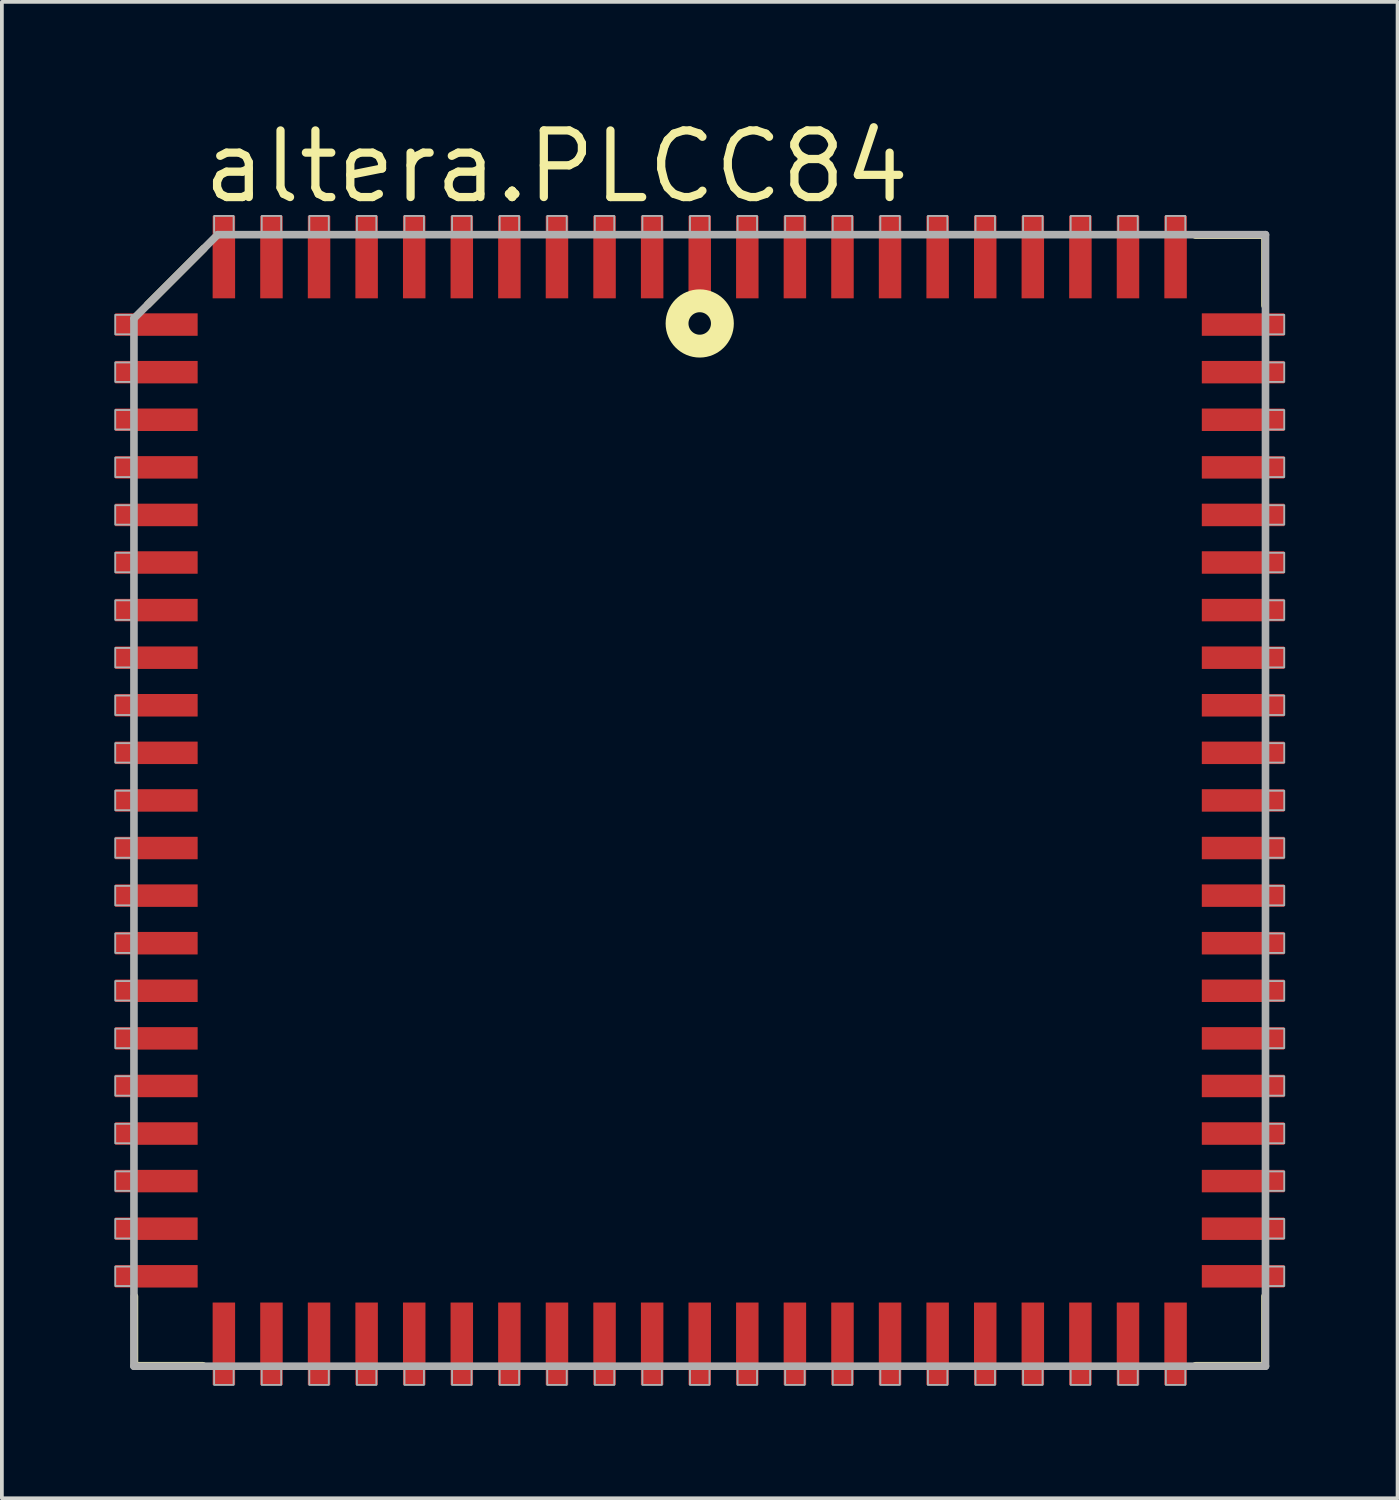
<source format=kicad_pcb>
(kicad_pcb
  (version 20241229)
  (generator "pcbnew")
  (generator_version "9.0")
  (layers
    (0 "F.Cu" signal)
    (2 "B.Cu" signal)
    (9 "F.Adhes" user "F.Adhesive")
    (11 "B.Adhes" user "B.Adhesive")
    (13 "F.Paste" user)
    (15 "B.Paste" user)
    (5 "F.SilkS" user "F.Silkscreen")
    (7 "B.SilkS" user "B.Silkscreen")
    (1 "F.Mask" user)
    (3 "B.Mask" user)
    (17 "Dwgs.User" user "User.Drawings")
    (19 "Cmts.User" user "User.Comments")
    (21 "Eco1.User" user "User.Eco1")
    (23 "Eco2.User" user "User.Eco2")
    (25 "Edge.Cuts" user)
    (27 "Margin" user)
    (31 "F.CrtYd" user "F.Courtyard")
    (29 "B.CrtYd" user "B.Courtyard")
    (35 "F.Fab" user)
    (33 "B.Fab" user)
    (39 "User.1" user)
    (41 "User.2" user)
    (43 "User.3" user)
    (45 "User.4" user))
  (footprint "altera.PLCC84"
    (layer "F.Cu")
    (at 15.625 18.313)
    (property "Reference" "altera.PLCC84" (at -13.365 -15.875 0) (layer "F.SilkS") (effects (font (size 1.778 1.778) (thickness 0.22)) (justify left bottom)))
    (attr smd)
    (fp_line (start -15.088 13.233) (end -15.088 15.088) (stroke (width 0.203) (type default)) (layer "F.SilkS"))
    (fp_line (start -15.088 15.088) (end -13.259 15.088) (stroke (width 0.203) (type default)) (layer "F.SilkS"))
    (fp_line (start -14.732 -13.233) (end -13.233 -14.732) (stroke (width 0.203) (type default)) (layer "F.SilkS"))
    (fp_line (start 15.088 -15.088) (end 13.233 -15.088) (stroke (width 0.203) (type default)) (layer "F.SilkS"))
    (fp_line (start 15.088 -13.208) (end 15.088 -15.088) (stroke (width 0.203) (type default)) (layer "F.SilkS"))
    (fp_line (start 15.088 13.233) (end 15.088 15.088) (stroke (width 0.203) (type default)) (layer "F.SilkS"))
    (fp_line (start 15.088 15.088) (end 13.233 15.088) (stroke (width 0.203) (type default)) (layer "F.SilkS"))
    (fp_circle (center 0 -12.73) (end 0.3 -12.73) (stroke (width 0.61) (type default)) (fill no) (layer "F.SilkS"))
    (fp_line (start -15.1 -12.865) (end -15.1 15.1) (stroke (width 0.203) (type default)) (layer "F.Fab"))
    (fp_line (start -15.1 15.1) (end 15.1 15.1) (stroke (width 0.203) (type default)) (layer "F.Fab"))
    (fp_line (start -12.865 -15.1) (end -15.1 -12.865) (stroke (width 0.203) (type default)) (layer "F.Fab"))
    (fp_line (start 15.1 -15.1) (end -12.865 -15.1) (stroke (width 0.203) (type default)) (layer "F.Fab"))
    (fp_line (start 15.1 15.1) (end 15.1 -15.1) (stroke (width 0.203) (type default)) (layer "F.Fab"))
    (fp_rect (start -15.6 -12.44) (end -15.15 -12.96) (stroke (width 0.05) (type default)) (fill no) (layer "F.Fab"))
    (fp_rect (start -15.6 -11.17) (end -15.15 -11.69) (stroke (width 0.05) (type default)) (fill no) (layer "F.Fab"))
    (fp_rect (start -15.6 -9.9) (end -15.15 -10.42) (stroke (width 0.05) (type default)) (fill no) (layer "F.Fab"))
    (fp_rect (start -15.6 -8.63) (end -15.15 -9.15) (stroke (width 0.05) (type default)) (fill no) (layer "F.Fab"))
    (fp_rect (start -15.6 -7.36) (end -15.15 -7.88) (stroke (width 0.05) (type default)) (fill no) (layer "F.Fab"))
    (fp_rect (start -15.6 -6.09) (end -15.15 -6.61) (stroke (width 0.05) (type default)) (fill no) (layer "F.Fab"))
    (fp_rect (start -15.6 -4.82) (end -15.15 -5.34) (stroke (width 0.05) (type default)) (fill no) (layer "F.Fab"))
    (fp_rect (start -15.6 -3.55) (end -15.15 -4.07) (stroke (width 0.05) (type default)) (fill no) (layer "F.Fab"))
    (fp_rect (start -15.6 -2.28) (end -15.15 -2.8) (stroke (width 0.05) (type default)) (fill no) (layer "F.Fab"))
    (fp_rect (start -15.6 -1.01) (end -15.15 -1.53) (stroke (width 0.05) (type default)) (fill no) (layer "F.Fab"))
    (fp_rect (start -15.6 0.26) (end -15.15 -0.26) (stroke (width 0.05) (type default)) (fill no) (layer "F.Fab"))
    (fp_rect (start -15.6 1.53) (end -15.15 1.01) (stroke (width 0.05) (type default)) (fill no) (layer "F.Fab"))
    (fp_rect (start -15.6 2.8) (end -15.15 2.28) (stroke (width 0.05) (type default)) (fill no) (layer "F.Fab"))
    (fp_rect (start -15.6 4.07) (end -15.15 3.55) (stroke (width 0.05) (type default)) (fill no) (layer "F.Fab"))
    (fp_rect (start -15.6 5.34) (end -15.15 4.82) (stroke (width 0.05) (type default)) (fill no) (layer "F.Fab"))
    (fp_rect (start -15.6 6.61) (end -15.15 6.09) (stroke (width 0.05) (type default)) (fill no) (layer "F.Fab"))
    (fp_rect (start -15.6 7.88) (end -15.15 7.36) (stroke (width 0.05) (type default)) (fill no) (layer "F.Fab"))
    (fp_rect (start -15.6 9.15) (end -15.15 8.63) (stroke (width 0.05) (type default)) (fill no) (layer "F.Fab"))
    (fp_rect (start -15.6 10.42) (end -15.15 9.9) (stroke (width 0.05) (type default)) (fill no) (layer "F.Fab"))
    (fp_rect (start -15.6 11.69) (end -15.15 11.17) (stroke (width 0.05) (type default)) (fill no) (layer "F.Fab"))
    (fp_rect (start -15.6 12.96) (end -15.15 12.44) (stroke (width 0.05) (type default)) (fill no) (layer "F.Fab"))
    (fp_rect (start -12.96 -15.15) (end -12.44 -15.6) (stroke (width 0.05) (type default)) (fill no) (layer "F.Fab"))
    (fp_rect (start -12.96 15.6) (end -12.44 15.15) (stroke (width 0.05) (type default)) (fill no) (layer "F.Fab"))
    (fp_rect (start -11.69 -15.15) (end -11.17 -15.6) (stroke (width 0.05) (type default)) (fill no) (layer "F.Fab"))
    (fp_rect (start -11.69 15.6) (end -11.17 15.15) (stroke (width 0.05) (type default)) (fill no) (layer "F.Fab"))
    (fp_rect (start -10.42 -15.15) (end -9.9 -15.6) (stroke (width 0.05) (type default)) (fill no) (layer "F.Fab"))
    (fp_rect (start -10.42 15.6) (end -9.9 15.15) (stroke (width 0.05) (type default)) (fill no) (layer "F.Fab"))
    (fp_rect (start -9.15 -15.15) (end -8.63 -15.6) (stroke (width 0.05) (type default)) (fill no) (layer "F.Fab"))
    (fp_rect (start -9.15 15.6) (end -8.63 15.15) (stroke (width 0.05) (type default)) (fill no) (layer "F.Fab"))
    (fp_rect (start -7.88 -15.15) (end -7.36 -15.6) (stroke (width 0.05) (type default)) (fill no) (layer "F.Fab"))
    (fp_rect (start -7.88 15.6) (end -7.36 15.15) (stroke (width 0.05) (type default)) (fill no) (layer "F.Fab"))
    (fp_rect (start -6.61 -15.15) (end -6.09 -15.6) (stroke (width 0.05) (type default)) (fill no) (layer "F.Fab"))
    (fp_rect (start -6.61 15.6) (end -6.09 15.15) (stroke (width 0.05) (type default)) (fill no) (layer "F.Fab"))
    (fp_rect (start -5.34 -15.15) (end -4.82 -15.6) (stroke (width 0.05) (type default)) (fill no) (layer "F.Fab"))
    (fp_rect (start -5.34 15.6) (end -4.82 15.15) (stroke (width 0.05) (type default)) (fill no) (layer "F.Fab"))
    (fp_rect (start -4.07 -15.15) (end -3.55 -15.6) (stroke (width 0.05) (type default)) (fill no) (layer "F.Fab"))
    (fp_rect (start -4.07 15.6) (end -3.55 15.15) (stroke (width 0.05) (type default)) (fill no) (layer "F.Fab"))
    (fp_rect (start -2.8 -15.15) (end -2.28 -15.6) (stroke (width 0.05) (type default)) (fill no) (layer "F.Fab"))
    (fp_rect (start -2.8 15.6) (end -2.28 15.15) (stroke (width 0.05) (type default)) (fill no) (layer "F.Fab"))
    (fp_rect (start -1.53 -15.15) (end -1.01 -15.6) (stroke (width 0.05) (type default)) (fill no) (layer "F.Fab"))
    (fp_rect (start -1.53 15.6) (end -1.01 15.15) (stroke (width 0.05) (type default)) (fill no) (layer "F.Fab"))
    (fp_rect (start -0.26 -15.15) (end 0.26 -15.6) (stroke (width 0.05) (type default)) (fill no) (layer "F.Fab"))
    (fp_rect (start -0.26 15.6) (end 0.26 15.15) (stroke (width 0.05) (type default)) (fill no) (layer "F.Fab"))
    (fp_rect (start 1.01 -15.15) (end 1.53 -15.6) (stroke (width 0.05) (type default)) (fill no) (layer "F.Fab"))
    (fp_rect (start 1.01 15.6) (end 1.53 15.15) (stroke (width 0.05) (type default)) (fill no) (layer "F.Fab"))
    (fp_rect (start 2.28 -15.15) (end 2.8 -15.6) (stroke (width 0.05) (type default)) (fill no) (layer "F.Fab"))
    (fp_rect (start 2.28 15.6) (end 2.8 15.15) (stroke (width 0.05) (type default)) (fill no) (layer "F.Fab"))
    (fp_rect (start 3.55 -15.15) (end 4.07 -15.6) (stroke (width 0.05) (type default)) (fill no) (layer "F.Fab"))
    (fp_rect (start 3.55 15.6) (end 4.07 15.15) (stroke (width 0.05) (type default)) (fill no) (layer "F.Fab"))
    (fp_rect (start 4.82 -15.15) (end 5.34 -15.6) (stroke (width 0.05) (type default)) (fill no) (layer "F.Fab"))
    (fp_rect (start 4.82 15.6) (end 5.34 15.15) (stroke (width 0.05) (type default)) (fill no) (layer "F.Fab"))
    (fp_rect (start 6.09 -15.15) (end 6.61 -15.6) (stroke (width 0.05) (type default)) (fill no) (layer "F.Fab"))
    (fp_rect (start 6.09 15.6) (end 6.61 15.15) (stroke (width 0.05) (type default)) (fill no) (layer "F.Fab"))
    (fp_rect (start 7.36 -15.15) (end 7.88 -15.6) (stroke (width 0.05) (type default)) (fill no) (layer "F.Fab"))
    (fp_rect (start 7.36 15.6) (end 7.88 15.15) (stroke (width 0.05) (type default)) (fill no) (layer "F.Fab"))
    (fp_rect (start 8.63 -15.15) (end 9.15 -15.6) (stroke (width 0.05) (type default)) (fill no) (layer "F.Fab"))
    (fp_rect (start 8.63 15.6) (end 9.15 15.15) (stroke (width 0.05) (type default)) (fill no) (layer "F.Fab"))
    (fp_rect (start 9.9 -15.15) (end 10.42 -15.6) (stroke (width 0.05) (type default)) (fill no) (layer "F.Fab"))
    (fp_rect (start 9.9 15.6) (end 10.42 15.15) (stroke (width 0.05) (type default)) (fill no) (layer "F.Fab"))
    (fp_rect (start 11.17 -15.15) (end 11.69 -15.6) (stroke (width 0.05) (type default)) (fill no) (layer "F.Fab"))
    (fp_rect (start 11.17 15.6) (end 11.69 15.15) (stroke (width 0.05) (type default)) (fill no) (layer "F.Fab"))
    (fp_rect (start 12.44 -15.15) (end 12.96 -15.6) (stroke (width 0.05) (type default)) (fill no) (layer "F.Fab"))
    (fp_rect (start 12.44 15.6) (end 12.96 15.15) (stroke (width 0.05) (type default)) (fill no) (layer "F.Fab"))
    (fp_rect (start 15.15 -12.44) (end 15.6 -12.96) (stroke (width 0.05) (type default)) (fill no) (layer "F.Fab"))
    (fp_rect (start 15.15 -11.17) (end 15.6 -11.69) (stroke (width 0.05) (type default)) (fill no) (layer "F.Fab"))
    (fp_rect (start 15.15 -9.9) (end 15.6 -10.42) (stroke (width 0.05) (type default)) (fill no) (layer "F.Fab"))
    (fp_rect (start 15.15 -8.63) (end 15.6 -9.15) (stroke (width 0.05) (type default)) (fill no) (layer "F.Fab"))
    (fp_rect (start 15.15 -7.36) (end 15.6 -7.88) (stroke (width 0.05) (type default)) (fill no) (layer "F.Fab"))
    (fp_rect (start 15.15 -6.09) (end 15.6 -6.61) (stroke (width 0.05) (type default)) (fill no) (layer "F.Fab"))
    (fp_rect (start 15.15 -4.82) (end 15.6 -5.34) (stroke (width 0.05) (type default)) (fill no) (layer "F.Fab"))
    (fp_rect (start 15.15 -3.55) (end 15.6 -4.07) (stroke (width 0.05) (type default)) (fill no) (layer "F.Fab"))
    (fp_rect (start 15.15 -2.28) (end 15.6 -2.8) (stroke (width 0.05) (type default)) (fill no) (layer "F.Fab"))
    (fp_rect (start 15.15 -1.01) (end 15.6 -1.53) (stroke (width 0.05) (type default)) (fill no) (layer "F.Fab"))
    (fp_rect (start 15.15 0.26) (end 15.6 -0.26) (stroke (width 0.05) (type default)) (fill no) (layer "F.Fab"))
    (fp_rect (start 15.15 1.53) (end 15.6 1.01) (stroke (width 0.05) (type default)) (fill no) (layer "F.Fab"))
    (fp_rect (start 15.15 2.8) (end 15.6 2.28) (stroke (width 0.05) (type default)) (fill no) (layer "F.Fab"))
    (fp_rect (start 15.15 4.07) (end 15.6 3.55) (stroke (width 0.05) (type default)) (fill no) (layer "F.Fab"))
    (fp_rect (start 15.15 5.34) (end 15.6 4.82) (stroke (width 0.05) (type default)) (fill no) (layer "F.Fab"))
    (fp_rect (start 15.15 6.61) (end 15.6 6.09) (stroke (width 0.05) (type default)) (fill no) (layer "F.Fab"))
    (fp_rect (start 15.15 7.88) (end 15.6 7.36) (stroke (width 0.05) (type default)) (fill no) (layer "F.Fab"))
    (fp_rect (start 15.15 9.15) (end 15.6 8.63) (stroke (width 0.05) (type default)) (fill no) (layer "F.Fab"))
    (fp_rect (start 15.15 10.42) (end 15.6 9.9) (stroke (width 0.05) (type default)) (fill no) (layer "F.Fab"))
    (fp_rect (start 15.15 11.69) (end 15.6 11.17) (stroke (width 0.05) (type default)) (fill no) (layer "F.Fab"))
    (fp_rect (start 15.15 12.96) (end 15.6 12.44) (stroke (width 0.05) (type default)) (fill no) (layer "F.Fab"))
    (pad "1" smd roundrect (at 0 -14.5) (size 0.6 2.2) (layers "F.Cu" "F.Mask" "F.Paste") (roundrect_rratio 0.01))
    (pad "2" smd roundrect (at -1.27 -14.5) (size 0.6 2.2) (layers "F.Cu" "F.Mask" "F.Paste") (roundrect_rratio 0.01))
    (pad "3" smd roundrect (at -2.54 -14.5) (size 0.6 2.2) (layers "F.Cu" "F.Mask" "F.Paste") (roundrect_rratio 0.01))
    (pad "4" smd roundrect (at -3.81 -14.5) (size 0.6 2.2) (layers "F.Cu" "F.Mask" "F.Paste") (roundrect_rratio 0.01))
    (pad "5" smd roundrect (at -5.08 -14.5) (size 0.6 2.2) (layers "F.Cu" "F.Mask" "F.Paste") (roundrect_rratio 0.01))
    (pad "6" smd roundrect (at -6.35 -14.5) (size 0.6 2.2) (layers "F.Cu" "F.Mask" "F.Paste") (roundrect_rratio 0.01))
    (pad "7" smd roundrect (at -7.62 -14.5) (size 0.6 2.2) (layers "F.Cu" "F.Mask" "F.Paste") (roundrect_rratio 0.01))
    (pad "8" smd roundrect (at -8.89 -14.5) (size 0.6 2.2) (layers "F.Cu" "F.Mask" "F.Paste") (roundrect_rratio 0.01))
    (pad "9" smd roundrect (at -10.16 -14.5) (size 0.6 2.2) (layers "F.Cu" "F.Mask" "F.Paste") (roundrect_rratio 0.01))
    (pad "10" smd roundrect (at -11.43 -14.5) (size 0.6 2.2) (layers "F.Cu" "F.Mask" "F.Paste") (roundrect_rratio 0.01))
    (pad "11" smd roundrect (at -12.7 -14.5) (size 0.6 2.2) (layers "F.Cu" "F.Mask" "F.Paste") (roundrect_rratio 0.01))
    (pad "12" smd roundrect (at -14.5 -12.7) (size 2.2 0.6) (layers "F.Cu" "F.Mask" "F.Paste") (roundrect_rratio 0.01))
    (pad "13" smd roundrect (at -14.5 -11.43) (size 2.2 0.6) (layers "F.Cu" "F.Mask" "F.Paste") (roundrect_rratio 0.01))
    (pad "14" smd roundrect (at -14.5 -10.16) (size 2.2 0.6) (layers "F.Cu" "F.Mask" "F.Paste") (roundrect_rratio 0.01))
    (pad "15" smd roundrect (at -14.5 -8.89) (size 2.2 0.6) (layers "F.Cu" "F.Mask" "F.Paste") (roundrect_rratio 0.01))
    (pad "16" smd roundrect (at -14.5 -7.62) (size 2.2 0.6) (layers "F.Cu" "F.Mask" "F.Paste") (roundrect_rratio 0.01))
    (pad "17" smd roundrect (at -14.5 -6.35) (size 2.2 0.6) (layers "F.Cu" "F.Mask" "F.Paste") (roundrect_rratio 0.01))
    (pad "18" smd roundrect (at -14.5 -5.08) (size 2.2 0.6) (layers "F.Cu" "F.Mask" "F.Paste") (roundrect_rratio 0.01))
    (pad "19" smd roundrect (at -14.5 -3.81) (size 2.2 0.6) (layers "F.Cu" "F.Mask" "F.Paste") (roundrect_rratio 0.01))
    (pad "20" smd roundrect (at -14.5 -2.54) (size 2.2 0.6) (layers "F.Cu" "F.Mask" "F.Paste") (roundrect_rratio 0.01))
    (pad "21" smd roundrect (at -14.5 -1.27) (size 2.2 0.6) (layers "F.Cu" "F.Mask" "F.Paste") (roundrect_rratio 0.01))
    (pad "22" smd roundrect (at -14.5 0) (size 2.2 0.6) (layers "F.Cu" "F.Mask" "F.Paste") (roundrect_rratio 0.01))
    (pad "23" smd roundrect (at -14.5 1.27) (size 2.2 0.6) (layers "F.Cu" "F.Mask" "F.Paste") (roundrect_rratio 0.01))
    (pad "24" smd roundrect (at -14.5 2.54) (size 2.2 0.6) (layers "F.Cu" "F.Mask" "F.Paste") (roundrect_rratio 0.01))
    (pad "25" smd roundrect (at -14.5 3.81) (size 2.2 0.6) (layers "F.Cu" "F.Mask" "F.Paste") (roundrect_rratio 0.01))
    (pad "26" smd roundrect (at -14.5 5.08) (size 2.2 0.6) (layers "F.Cu" "F.Mask" "F.Paste") (roundrect_rratio 0.01))
    (pad "27" smd roundrect (at -14.5 6.35) (size 2.2 0.6) (layers "F.Cu" "F.Mask" "F.Paste") (roundrect_rratio 0.01))
    (pad "28" smd roundrect (at -14.5 7.62) (size 2.2 0.6) (layers "F.Cu" "F.Mask" "F.Paste") (roundrect_rratio 0.01))
    (pad "29" smd roundrect (at -14.5 8.89) (size 2.2 0.6) (layers "F.Cu" "F.Mask" "F.Paste") (roundrect_rratio 0.01))
    (pad "30" smd roundrect (at -14.5 10.16) (size 2.2 0.6) (layers "F.Cu" "F.Mask" "F.Paste") (roundrect_rratio 0.01))
    (pad "31" smd roundrect (at -14.5 11.43) (size 2.2 0.6) (layers "F.Cu" "F.Mask" "F.Paste") (roundrect_rratio 0.01))
    (pad "32" smd roundrect (at -14.5 12.7) (size 2.2 0.6) (layers "F.Cu" "F.Mask" "F.Paste") (roundrect_rratio 0.01))
    (pad "33" smd roundrect (at -12.7 14.5) (size 0.6 2.2) (layers "F.Cu" "F.Mask" "F.Paste") (roundrect_rratio 0.01))
    (pad "34" smd roundrect (at -11.43 14.5) (size 0.6 2.2) (layers "F.Cu" "F.Mask" "F.Paste") (roundrect_rratio 0.01))
    (pad "35" smd roundrect (at -10.16 14.5) (size 0.6 2.2) (layers "F.Cu" "F.Mask" "F.Paste") (roundrect_rratio 0.01))
    (pad "36" smd roundrect (at -8.89 14.5) (size 0.6 2.2) (layers "F.Cu" "F.Mask" "F.Paste") (roundrect_rratio 0.01))
    (pad "37" smd roundrect (at -7.62 14.5) (size 0.6 2.2) (layers "F.Cu" "F.Mask" "F.Paste") (roundrect_rratio 0.01))
    (pad "38" smd roundrect (at -6.35 14.5) (size 0.6 2.2) (layers "F.Cu" "F.Mask" "F.Paste") (roundrect_rratio 0.01))
    (pad "39" smd roundrect (at -5.08 14.5) (size 0.6 2.2) (layers "F.Cu" "F.Mask" "F.Paste") (roundrect_rratio 0.01))
    (pad "40" smd roundrect (at -3.81 14.5) (size 0.6 2.2) (layers "F.Cu" "F.Mask" "F.Paste") (roundrect_rratio 0.01))
    (pad "41" smd roundrect (at -2.54 14.5) (size 0.6 2.2) (layers "F.Cu" "F.Mask" "F.Paste") (roundrect_rratio 0.01))
    (pad "42" smd roundrect (at -1.27 14.5) (size 0.6 2.2) (layers "F.Cu" "F.Mask" "F.Paste") (roundrect_rratio 0.01))
    (pad "43" smd roundrect (at 0 14.5) (size 0.6 2.2) (layers "F.Cu" "F.Mask" "F.Paste") (roundrect_rratio 0.01))
    (pad "44" smd roundrect (at 1.27 14.5) (size 0.6 2.2) (layers "F.Cu" "F.Mask" "F.Paste") (roundrect_rratio 0.01))
    (pad "45" smd roundrect (at 2.54 14.5) (size 0.6 2.2) (layers "F.Cu" "F.Mask" "F.Paste") (roundrect_rratio 0.01))
    (pad "46" smd roundrect (at 3.81 14.5) (size 0.6 2.2) (layers "F.Cu" "F.Mask" "F.Paste") (roundrect_rratio 0.01))
    (pad "47" smd roundrect (at 5.08 14.5) (size 0.6 2.2) (layers "F.Cu" "F.Mask" "F.Paste") (roundrect_rratio 0.01))
    (pad "48" smd roundrect (at 6.35 14.5) (size 0.6 2.2) (layers "F.Cu" "F.Mask" "F.Paste") (roundrect_rratio 0.01))
    (pad "49" smd roundrect (at 7.62 14.5) (size 0.6 2.2) (layers "F.Cu" "F.Mask" "F.Paste") (roundrect_rratio 0.01))
    (pad "50" smd roundrect (at 8.89 14.5) (size 0.6 2.2) (layers "F.Cu" "F.Mask" "F.Paste") (roundrect_rratio 0.01))
    (pad "51" smd roundrect (at 10.16 14.5) (size 0.6 2.2) (layers "F.Cu" "F.Mask" "F.Paste") (roundrect_rratio 0.01))
    (pad "52" smd roundrect (at 11.43 14.5) (size 0.6 2.2) (layers "F.Cu" "F.Mask" "F.Paste") (roundrect_rratio 0.01))
    (pad "53" smd roundrect (at 12.7 14.5) (size 0.6 2.2) (layers "F.Cu" "F.Mask" "F.Paste") (roundrect_rratio 0.01))
    (pad "54" smd roundrect (at 14.5 12.7) (size 2.2 0.6) (layers "F.Cu" "F.Mask" "F.Paste") (roundrect_rratio 0.01))
    (pad "55" smd roundrect (at 14.5 11.43) (size 2.2 0.6) (layers "F.Cu" "F.Mask" "F.Paste") (roundrect_rratio 0.01))
    (pad "56" smd roundrect (at 14.5 10.16) (size 2.2 0.6) (layers "F.Cu" "F.Mask" "F.Paste") (roundrect_rratio 0.01))
    (pad "57" smd roundrect (at 14.5 8.89) (size 2.2 0.6) (layers "F.Cu" "F.Mask" "F.Paste") (roundrect_rratio 0.01))
    (pad "58" smd roundrect (at 14.5 7.62) (size 2.2 0.6) (layers "F.Cu" "F.Mask" "F.Paste") (roundrect_rratio 0.01))
    (pad "59" smd roundrect (at 14.5 6.35) (size 2.2 0.6) (layers "F.Cu" "F.Mask" "F.Paste") (roundrect_rratio 0.01))
    (pad "60" smd roundrect (at 14.5 5.08) (size 2.2 0.6) (layers "F.Cu" "F.Mask" "F.Paste") (roundrect_rratio 0.01))
    (pad "61" smd roundrect (at 14.5 3.81) (size 2.2 0.6) (layers "F.Cu" "F.Mask" "F.Paste") (roundrect_rratio 0.01))
    (pad "62" smd roundrect (at 14.5 2.54) (size 2.2 0.6) (layers "F.Cu" "F.Mask" "F.Paste") (roundrect_rratio 0.01))
    (pad "63" smd roundrect (at 14.5 1.27) (size 2.2 0.6) (layers "F.Cu" "F.Mask" "F.Paste") (roundrect_rratio 0.01))
    (pad "64" smd roundrect (at 14.5 0) (size 2.2 0.6) (layers "F.Cu" "F.Mask" "F.Paste") (roundrect_rratio 0.01))
    (pad "65" smd roundrect (at 14.5 -1.27) (size 2.2 0.6) (layers "F.Cu" "F.Mask" "F.Paste") (roundrect_rratio 0.01))
    (pad "66" smd roundrect (at 14.5 -2.54) (size 2.2 0.6) (layers "F.Cu" "F.Mask" "F.Paste") (roundrect_rratio 0.01))
    (pad "67" smd roundrect (at 14.5 -3.81) (size 2.2 0.6) (layers "F.Cu" "F.Mask" "F.Paste") (roundrect_rratio 0.01))
    (pad "68" smd roundrect (at 14.5 -5.08) (size 2.2 0.6) (layers "F.Cu" "F.Mask" "F.Paste") (roundrect_rratio 0.01))
    (pad "69" smd roundrect (at 14.5 -6.35) (size 2.2 0.6) (layers "F.Cu" "F.Mask" "F.Paste") (roundrect_rratio 0.01))
    (pad "70" smd roundrect (at 14.5 -7.62) (size 2.2 0.6) (layers "F.Cu" "F.Mask" "F.Paste") (roundrect_rratio 0.01))
    (pad "71" smd roundrect (at 14.5 -8.89) (size 2.2 0.6) (layers "F.Cu" "F.Mask" "F.Paste") (roundrect_rratio 0.01))
    (pad "72" smd roundrect (at 14.5 -10.16) (size 2.2 0.6) (layers "F.Cu" "F.Mask" "F.Paste") (roundrect_rratio 0.01))
    (pad "73" smd roundrect (at 14.5 -11.43) (size 2.2 0.6) (layers "F.Cu" "F.Mask" "F.Paste") (roundrect_rratio 0.01))
    (pad "74" smd roundrect (at 14.5 -12.7) (size 2.2 0.6) (layers "F.Cu" "F.Mask" "F.Paste") (roundrect_rratio 0.01))
    (pad "75" smd roundrect (at 12.7 -14.5) (size 0.6 2.2) (layers "F.Cu" "F.Mask" "F.Paste") (roundrect_rratio 0.01))
    (pad "76" smd roundrect (at 11.43 -14.5) (size 0.6 2.2) (layers "F.Cu" "F.Mask" "F.Paste") (roundrect_rratio 0.01))
    (pad "77" smd roundrect (at 10.16 -14.5) (size 0.6 2.2) (layers "F.Cu" "F.Mask" "F.Paste") (roundrect_rratio 0.01))
    (pad "78" smd roundrect (at 8.89 -14.5) (size 0.6 2.2) (layers "F.Cu" "F.Mask" "F.Paste") (roundrect_rratio 0.01))
    (pad "79" smd roundrect (at 7.62 -14.5) (size 0.6 2.2) (layers "F.Cu" "F.Mask" "F.Paste") (roundrect_rratio 0.01))
    (pad "80" smd roundrect (at 6.35 -14.5) (size 0.6 2.2) (layers "F.Cu" "F.Mask" "F.Paste") (roundrect_rratio 0.01))
    (pad "81" smd roundrect (at 5.08 -14.5) (size 0.6 2.2) (layers "F.Cu" "F.Mask" "F.Paste") (roundrect_rratio 0.01))
    (pad "82" smd roundrect (at 3.81 -14.5) (size 0.6 2.2) (layers "F.Cu" "F.Mask" "F.Paste") (roundrect_rratio 0.01))
    (pad "83" smd roundrect (at 2.54 -14.5) (size 0.6 2.2) (layers "F.Cu" "F.Mask" "F.Paste") (roundrect_rratio 0.01))
    (pad "84" smd roundrect (at 1.27 -14.5) (size 0.6 2.2) (layers "F.Cu" "F.Mask" "F.Paste") (roundrect_rratio 0.01)))
  (gr_rect
    (start -3 -3)
    (end 34.25 36.938)
    (stroke (width 0.1) (type default))
    (fill no)
    (layer "Edge.Cuts")))
</source>
